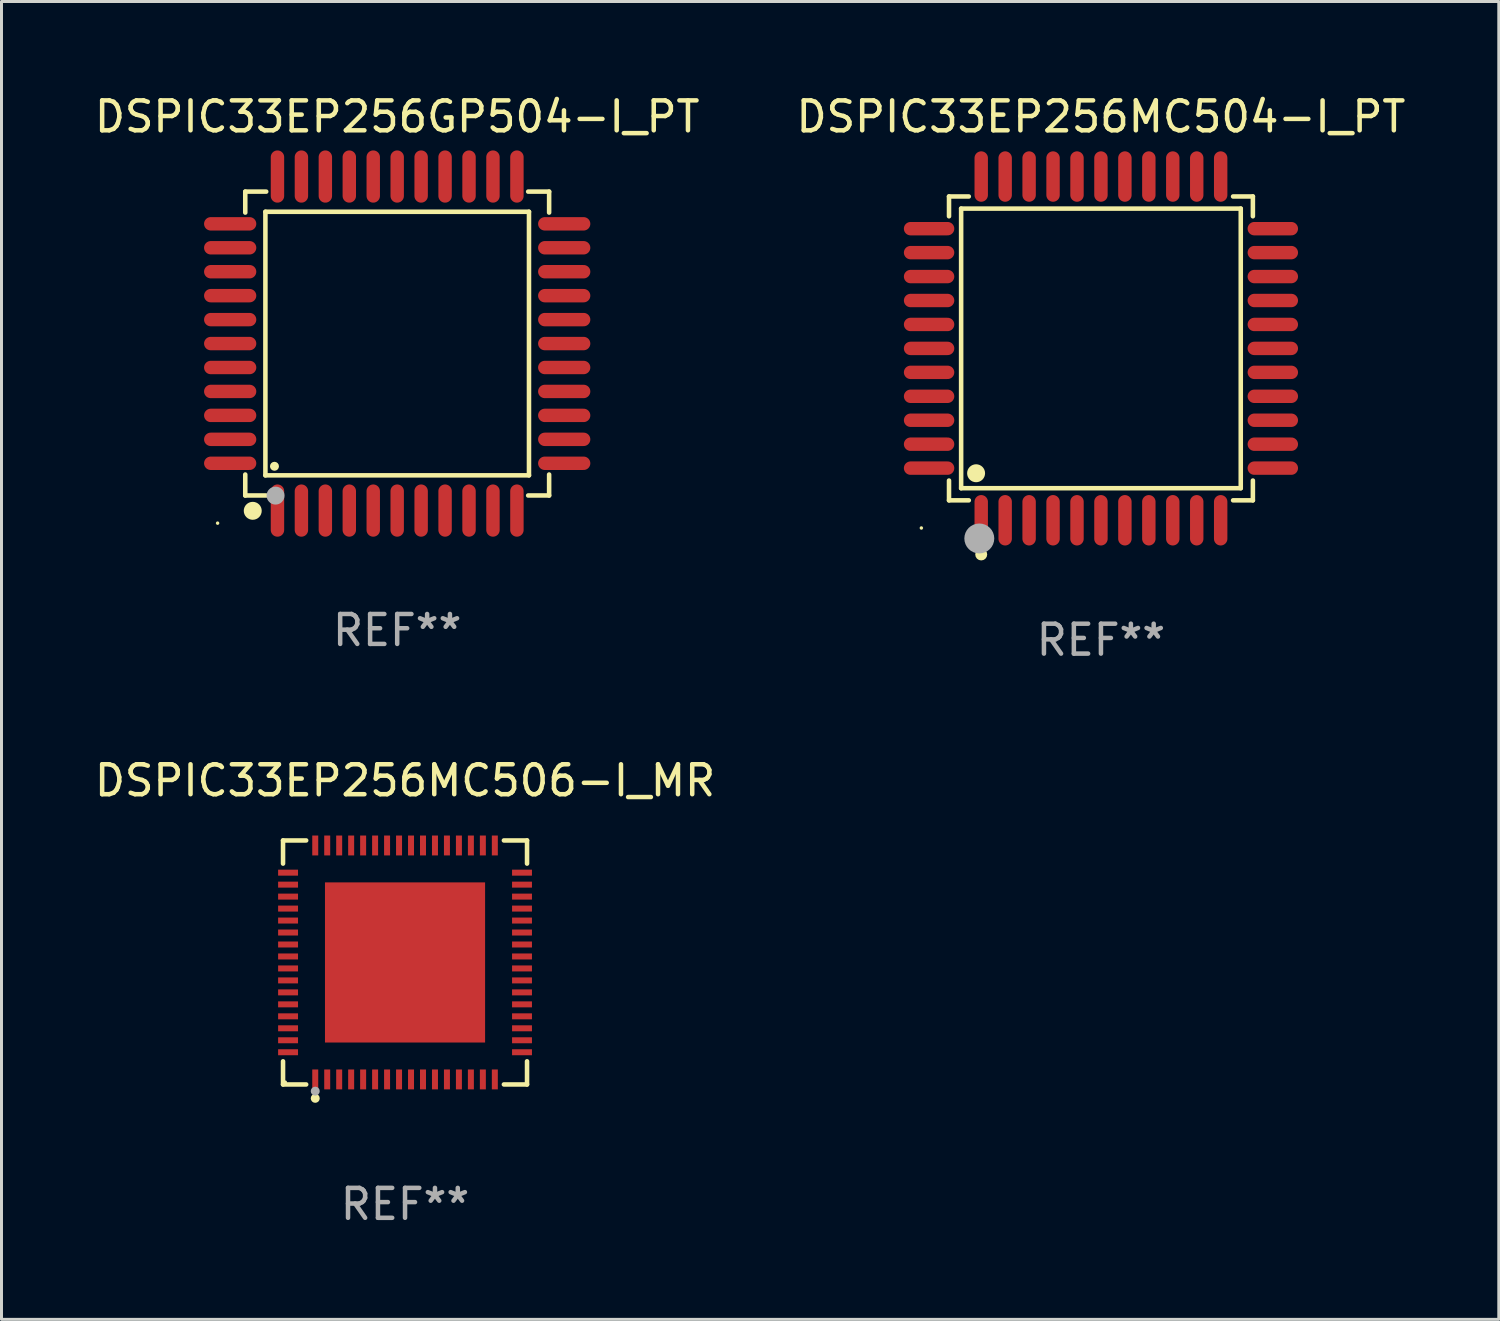
<source format=kicad_pcb>
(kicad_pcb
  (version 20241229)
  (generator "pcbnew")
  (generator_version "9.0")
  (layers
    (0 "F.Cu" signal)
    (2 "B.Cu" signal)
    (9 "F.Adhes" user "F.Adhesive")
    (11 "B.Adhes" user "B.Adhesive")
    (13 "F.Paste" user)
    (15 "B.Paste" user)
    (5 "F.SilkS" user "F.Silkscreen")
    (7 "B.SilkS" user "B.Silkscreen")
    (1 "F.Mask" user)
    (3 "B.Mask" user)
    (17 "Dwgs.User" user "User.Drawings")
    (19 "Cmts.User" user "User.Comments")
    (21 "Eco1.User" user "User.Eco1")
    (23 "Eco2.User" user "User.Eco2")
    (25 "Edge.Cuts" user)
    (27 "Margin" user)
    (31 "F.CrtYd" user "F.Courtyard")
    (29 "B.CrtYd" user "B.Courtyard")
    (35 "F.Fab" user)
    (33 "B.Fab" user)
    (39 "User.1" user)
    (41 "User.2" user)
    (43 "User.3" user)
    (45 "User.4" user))
  (footprint "DSPIC33EP256MC504-I_PT"
    (layer "F.Cu")
    (at 33.732 8.59)
    (property "Reference" "DSPIC33EP256MC504-I_PT" (at 0 -7.742 0) (layer "F.SilkS") (effects (font (size 1 1) (thickness 0.15))))
    (attr through_hole)
    (fp_line (start -5.076 -5.076) (end -4.415 -5.076) (stroke (width 0.152) (type solid)) (layer "F.SilkS"))
    (fp_line (start -5.076 -4.415) (end -5.076 -5.076) (stroke (width 0.152) (type solid)) (layer "F.SilkS"))
    (fp_line (start -5.076 4.415) (end -5.076 5.076) (stroke (width 0.152) (type solid)) (layer "F.SilkS"))
    (fp_line (start -5.076 5.076) (end -4.415 5.076) (stroke (width 0.152) (type solid)) (layer "F.SilkS"))
    (fp_line (start -4.671 -4.671) (end 4.671 -4.671) (stroke (width 0.152) (type solid)) (layer "F.SilkS"))
    (fp_line (start -4.671 4.671) (end -4.671 -4.671) (stroke (width 0.152) (type solid)) (layer "F.SilkS"))
    (fp_line (start 4.671 -4.671) (end 4.671 4.671) (stroke (width 0.152) (type solid)) (layer "F.SilkS"))
    (fp_line (start 4.671 4.671) (end -4.671 4.671) (stroke (width 0.152) (type solid)) (layer "F.SilkS"))
    (fp_line (start 5.076 -5.076) (end 4.415 -5.076) (stroke (width 0.152) (type solid)) (layer "F.SilkS"))
    (fp_line (start 5.076 -4.415) (end 5.076 -5.076) (stroke (width 0.152) (type solid)) (layer "F.SilkS"))
    (fp_line (start 5.076 4.415) (end 5.076 5.076) (stroke (width 0.152) (type solid)) (layer "F.SilkS"))
    (fp_line (start 5.076 5.076) (end 4.415 5.076) (stroke (width 0.152) (type solid)) (layer "F.SilkS"))
    (fp_circle (center -6 6) (end -5.97 6) (stroke (width 0.06) (type solid)) (fill no) (layer "F.SilkS"))
    (fp_circle (center -4.171 4.171) (end -4.021 4.171) (stroke (width 0.3) (type solid)) (fill no) (layer "F.SilkS"))
    (fp_circle (center -4 6.884) (end -3.9 6.884) (stroke (width 0.2) (type solid)) (fill no) (layer "F.SilkS"))
    (fp_circle (center -4.064 6.35) (end -3.814 6.35) (stroke (width 0.5) (type solid)) (fill no) (layer "F.Fab"))
    (fp_text user "REF**" (at 0 9.742 0) (layer "F.Fab") (effects (font (size 1 1) (thickness 0.15))))
    (pad "1" smd oval (at -4 5.742) (size 0.448 1.684) (layers "F.Cu" "F.Mask" "F.Paste"))
    (pad "2" smd oval (at -3.2 5.742) (size 0.448 1.684) (layers "F.Cu" "F.Mask" "F.Paste"))
    (pad "3" smd oval (at -2.4 5.742) (size 0.448 1.684) (layers "F.Cu" "F.Mask" "F.Paste"))
    (pad "4" smd oval (at -1.6 5.742) (size 0.448 1.684) (layers "F.Cu" "F.Mask" "F.Paste"))
    (pad "5" smd oval (at -0.8 5.742) (size 0.448 1.684) (layers "F.Cu" "F.Mask" "F.Paste"))
    (pad "6" smd oval (at 0 5.742) (size 0.448 1.684) (layers "F.Cu" "F.Mask" "F.Paste"))
    (pad "7" smd oval (at 0.8 5.742) (size 0.448 1.684) (layers "F.Cu" "F.Mask" "F.Paste"))
    (pad "8" smd oval (at 1.6 5.742) (size 0.448 1.684) (layers "F.Cu" "F.Mask" "F.Paste"))
    (pad "9" smd oval (at 2.4 5.742) (size 0.448 1.684) (layers "F.Cu" "F.Mask" "F.Paste"))
    (pad "10" smd oval (at 3.2 5.742) (size 0.448 1.684) (layers "F.Cu" "F.Mask" "F.Paste"))
    (pad "11" smd oval (at 4 5.742) (size 0.448 1.684) (layers "F.Cu" "F.Mask" "F.Paste"))
    (pad "12" smd oval (at 5.742 4) (size 1.684 0.448) (layers "F.Cu" "F.Mask" "F.Paste"))
    (pad "13" smd oval (at 5.742 3.2) (size 1.684 0.448) (layers "F.Cu" "F.Mask" "F.Paste"))
    (pad "14" smd oval (at 5.742 2.4) (size 1.684 0.448) (layers "F.Cu" "F.Mask" "F.Paste"))
    (pad "15" smd oval (at 5.742 1.6) (size 1.684 0.448) (layers "F.Cu" "F.Mask" "F.Paste"))
    (pad "16" smd oval (at 5.742 0.8) (size 1.684 0.448) (layers "F.Cu" "F.Mask" "F.Paste"))
    (pad "17" smd oval (at 5.742 0) (size 1.684 0.448) (layers "F.Cu" "F.Mask" "F.Paste"))
    (pad "18" smd oval (at 5.742 -0.8) (size 1.684 0.448) (layers "F.Cu" "F.Mask" "F.Paste"))
    (pad "19" smd oval (at 5.742 -1.6) (size 1.684 0.448) (layers "F.Cu" "F.Mask" "F.Paste"))
    (pad "20" smd oval (at 5.742 -2.4) (size 1.684 0.448) (layers "F.Cu" "F.Mask" "F.Paste"))
    (pad "21" smd oval (at 5.742 -3.2) (size 1.684 0.448) (layers "F.Cu" "F.Mask" "F.Paste"))
    (pad "22" smd oval (at 5.742 -4) (size 1.684 0.448) (layers "F.Cu" "F.Mask" "F.Paste"))
    (pad "23" smd oval (at 4 -5.742) (size 0.448 1.684) (layers "F.Cu" "F.Mask" "F.Paste"))
    (pad "24" smd oval (at 3.2 -5.742) (size 0.448 1.684) (layers "F.Cu" "F.Mask" "F.Paste"))
    (pad "25" smd oval (at 2.4 -5.742) (size 0.448 1.684) (layers "F.Cu" "F.Mask" "F.Paste"))
    (pad "26" smd oval (at 1.6 -5.742) (size 0.448 1.684) (layers "F.Cu" "F.Mask" "F.Paste"))
    (pad "27" smd oval (at 0.8 -5.742) (size 0.448 1.684) (layers "F.Cu" "F.Mask" "F.Paste"))
    (pad "28" smd oval (at 0 -5.742) (size 0.448 1.684) (layers "F.Cu" "F.Mask" "F.Paste"))
    (pad "29" smd oval (at -0.8 -5.742) (size 0.448 1.684) (layers "F.Cu" "F.Mask" "F.Paste"))
    (pad "30" smd oval (at -1.6 -5.742) (size 0.448 1.684) (layers "F.Cu" "F.Mask" "F.Paste"))
    (pad "31" smd oval (at -2.4 -5.742) (size 0.448 1.684) (layers "F.Cu" "F.Mask" "F.Paste"))
    (pad "32" smd oval (at -3.2 -5.742) (size 0.448 1.684) (layers "F.Cu" "F.Mask" "F.Paste"))
    (pad "33" smd oval (at -4 -5.742) (size 0.448 1.684) (layers "F.Cu" "F.Mask" "F.Paste"))
    (pad "34" smd oval (at -5.742 -4) (size 1.684 0.448) (layers "F.Cu" "F.Mask" "F.Paste"))
    (pad "35" smd oval (at -5.742 -3.2) (size 1.684 0.448) (layers "F.Cu" "F.Mask" "F.Paste"))
    (pad "36" smd oval (at -5.742 -2.4) (size 1.684 0.448) (layers "F.Cu" "F.Mask" "F.Paste"))
    (pad "37" smd oval (at -5.742 -1.6) (size 1.684 0.448) (layers "F.Cu" "F.Mask" "F.Paste"))
    (pad "38" smd oval (at -5.742 -0.8) (size 1.684 0.448) (layers "F.Cu" "F.Mask" "F.Paste"))
    (pad "39" smd oval (at -5.742 0) (size 1.684 0.448) (layers "F.Cu" "F.Mask" "F.Paste"))
    (pad "40" smd oval (at -5.742 0.8) (size 1.684 0.448) (layers "F.Cu" "F.Mask" "F.Paste"))
    (pad "41" smd oval (at -5.742 1.6) (size 1.684 0.448) (layers "F.Cu" "F.Mask" "F.Paste"))
    (pad "42" smd oval (at -5.742 2.4) (size 1.684 0.448) (layers "F.Cu" "F.Mask" "F.Paste"))
    (pad "43" smd oval (at -5.742 3.2) (size 1.684 0.448) (layers "F.Cu" "F.Mask" "F.Paste"))
    (pad "44" smd oval (at -5.742 4) (size 1.684 0.448) (layers "F.Cu" "F.Mask" "F.Paste")))
  (footprint "DSPIC33EP256MC506-I_MR"
    (layer "F.Cu")
    (at 10.482 29.105)
    (property "Reference" "DSPIC33EP256MC506-I_MR" (at 0 -6.076 0) (layer "F.SilkS") (effects (font (size 1 1) (thickness 0.15))))
    (attr through_hole)
    (fp_line (start -4.076 -4.076) (end -3.303 -4.076) (stroke (width 0.152) (type solid)) (layer "F.SilkS"))
    (fp_line (start -4.076 -3.303) (end -4.076 -4.076) (stroke (width 0.152) (type solid)) (layer "F.SilkS"))
    (fp_line (start -4.076 3.303) (end -4.076 4.076) (stroke (width 0.152) (type solid)) (layer "F.SilkS"))
    (fp_line (start -4.076 4.076) (end -3.303 4.076) (stroke (width 0.152) (type solid)) (layer "F.SilkS"))
    (fp_line (start 4.076 -4.076) (end 3.303 -4.076) (stroke (width 0.152) (type solid)) (layer "F.SilkS"))
    (fp_line (start 4.076 -3.303) (end 4.076 -4.076) (stroke (width 0.152) (type solid)) (layer "F.SilkS"))
    (fp_line (start 4.076 3.303) (end 4.076 4.076) (stroke (width 0.152) (type solid)) (layer "F.SilkS"))
    (fp_line (start 4.076 4.076) (end 3.303 4.076) (stroke (width 0.152) (type solid)) (layer "F.SilkS"))
    (fp_circle (center -4 4) (end -3.97 4) (stroke (width 0.06) (type solid)) (fill no) (layer "F.SilkS"))
    (fp_circle (center -3 4.54) (end -2.925 4.54) (stroke (width 0.15) (type solid)) (fill no) (layer "F.SilkS"))
    (fp_circle (center -3 4.3) (end -2.925 4.3) (stroke (width 0.15) (type solid)) (fill no) (layer "F.Fab"))
    (fp_text user "REF**" (at 0 8.076 0) (layer "F.Fab") (effects (font (size 1 1) (thickness 0.15))))
    (pad "1" smd rect (at -3 3.908) (size 0.2 0.665) (layers "F.Cu" "F.Mask" "F.Paste"))
    (pad "2" smd rect (at -2.6 3.908) (size 0.2 0.665) (layers "F.Cu" "F.Mask" "F.Paste"))
    (pad "3" smd rect (at -2.2 3.908) (size 0.2 0.665) (layers "F.Cu" "F.Mask" "F.Paste"))
    (pad "4" smd rect (at -1.8 3.908) (size 0.2 0.665) (layers "F.Cu" "F.Mask" "F.Paste"))
    (pad "5" smd rect (at -1.4 3.908) (size 0.2 0.665) (layers "F.Cu" "F.Mask" "F.Paste"))
    (pad "6" smd rect (at -1 3.908) (size 0.2 0.665) (layers "F.Cu" "F.Mask" "F.Paste"))
    (pad "7" smd rect (at -0.6 3.908) (size 0.2 0.665) (layers "F.Cu" "F.Mask" "F.Paste"))
    (pad "8" smd rect (at -0.2 3.908) (size 0.2 0.665) (layers "F.Cu" "F.Mask" "F.Paste"))
    (pad "9" smd rect (at 0.2 3.908) (size 0.2 0.665) (layers "F.Cu" "F.Mask" "F.Paste"))
    (pad "10" smd rect (at 0.6 3.908) (size 0.2 0.665) (layers "F.Cu" "F.Mask" "F.Paste"))
    (pad "11" smd rect (at 1 3.908) (size 0.2 0.665) (layers "F.Cu" "F.Mask" "F.Paste"))
    (pad "12" smd rect (at 1.4 3.908) (size 0.2 0.665) (layers "F.Cu" "F.Mask" "F.Paste"))
    (pad "13" smd rect (at 1.8 3.908) (size 0.2 0.665) (layers "F.Cu" "F.Mask" "F.Paste"))
    (pad "14" smd rect (at 2.2 3.908) (size 0.2 0.665) (layers "F.Cu" "F.Mask" "F.Paste"))
    (pad "15" smd rect (at 2.6 3.908) (size 0.2 0.665) (layers "F.Cu" "F.Mask" "F.Paste"))
    (pad "16" smd rect (at 3 3.908) (size 0.2 0.665) (layers "F.Cu" "F.Mask" "F.Paste"))
    (pad "17" smd rect (at 3.908 3) (size 0.665 0.2) (layers "F.Cu" "F.Mask" "F.Paste"))
    (pad "18" smd rect (at 3.908 2.6) (size 0.665 0.2) (layers "F.Cu" "F.Mask" "F.Paste"))
    (pad "19" smd rect (at 3.908 2.2) (size 0.665 0.2) (layers "F.Cu" "F.Mask" "F.Paste"))
    (pad "20" smd rect (at 3.908 1.8) (size 0.665 0.2) (layers "F.Cu" "F.Mask" "F.Paste"))
    (pad "21" smd rect (at 3.908 1.4) (size 0.665 0.2) (layers "F.Cu" "F.Mask" "F.Paste"))
    (pad "22" smd rect (at 3.908 1) (size 0.665 0.2) (layers "F.Cu" "F.Mask" "F.Paste"))
    (pad "23" smd rect (at 3.908 0.6) (size 0.665 0.2) (layers "F.Cu" "F.Mask" "F.Paste"))
    (pad "24" smd rect (at 3.908 0.2) (size 0.665 0.2) (layers "F.Cu" "F.Mask" "F.Paste"))
    (pad "25" smd rect (at 3.908 -0.2) (size 0.665 0.2) (layers "F.Cu" "F.Mask" "F.Paste"))
    (pad "26" smd rect (at 3.908 -0.6) (size 0.665 0.2) (layers "F.Cu" "F.Mask" "F.Paste"))
    (pad "27" smd rect (at 3.908 -1) (size 0.665 0.2) (layers "F.Cu" "F.Mask" "F.Paste"))
    (pad "28" smd rect (at 3.908 -1.4) (size 0.665 0.2) (layers "F.Cu" "F.Mask" "F.Paste"))
    (pad "29" smd rect (at 3.908 -1.8) (size 0.665 0.2) (layers "F.Cu" "F.Mask" "F.Paste"))
    (pad "30" smd rect (at 3.908 -2.2) (size 0.665 0.2) (layers "F.Cu" "F.Mask" "F.Paste"))
    (pad "31" smd rect (at 3.908 -2.6) (size 0.665 0.2) (layers "F.Cu" "F.Mask" "F.Paste"))
    (pad "32" smd rect (at 3.908 -3) (size 0.665 0.2) (layers "F.Cu" "F.Mask" "F.Paste"))
    (pad "33" smd rect (at 3 -3.908) (size 0.2 0.665) (layers "F.Cu" "F.Mask" "F.Paste"))
    (pad "34" smd rect (at 2.6 -3.908) (size 0.2 0.665) (layers "F.Cu" "F.Mask" "F.Paste"))
    (pad "35" smd rect (at 2.2 -3.908) (size 0.2 0.665) (layers "F.Cu" "F.Mask" "F.Paste"))
    (pad "36" smd rect (at 1.8 -3.908) (size 0.2 0.665) (layers "F.Cu" "F.Mask" "F.Paste"))
    (pad "37" smd rect (at 1.4 -3.908) (size 0.2 0.665) (layers "F.Cu" "F.Mask" "F.Paste"))
    (pad "38" smd rect (at 1 -3.908) (size 0.2 0.665) (layers "F.Cu" "F.Mask" "F.Paste"))
    (pad "39" smd rect (at 0.6 -3.908) (size 0.2 0.665) (layers "F.Cu" "F.Mask" "F.Paste"))
    (pad "40" smd rect (at 0.2 -3.908) (size 0.2 0.665) (layers "F.Cu" "F.Mask" "F.Paste"))
    (pad "41" smd rect (at -0.2 -3.908) (size 0.2 0.665) (layers "F.Cu" "F.Mask" "F.Paste"))
    (pad "42" smd rect (at -0.6 -3.908) (size 0.2 0.665) (layers "F.Cu" "F.Mask" "F.Paste"))
    (pad "43" smd rect (at -1 -3.908) (size 0.2 0.665) (layers "F.Cu" "F.Mask" "F.Paste"))
    (pad "44" smd rect (at -1.4 -3.908) (size 0.2 0.665) (layers "F.Cu" "F.Mask" "F.Paste"))
    (pad "45" smd rect (at -1.8 -3.908) (size 0.2 0.665) (layers "F.Cu" "F.Mask" "F.Paste"))
    (pad "46" smd rect (at -2.2 -3.908) (size 0.2 0.665) (layers "F.Cu" "F.Mask" "F.Paste"))
    (pad "47" smd rect (at -2.6 -3.908) (size 0.2 0.665) (layers "F.Cu" "F.Mask" "F.Paste"))
    (pad "48" smd rect (at -3 -3.908) (size 0.2 0.665) (layers "F.Cu" "F.Mask" "F.Paste"))
    (pad "49" smd rect (at -3.908 -3) (size 0.665 0.2) (layers "F.Cu" "F.Mask" "F.Paste"))
    (pad "50" smd rect (at -3.908 -2.6) (size 0.665 0.2) (layers "F.Cu" "F.Mask" "F.Paste"))
    (pad "51" smd rect (at -3.908 -2.2) (size 0.665 0.2) (layers "F.Cu" "F.Mask" "F.Paste"))
    (pad "52" smd rect (at -3.908 -1.8) (size 0.665 0.2) (layers "F.Cu" "F.Mask" "F.Paste"))
    (pad "53" smd rect (at -3.908 -1.4) (size 0.665 0.2) (layers "F.Cu" "F.Mask" "F.Paste"))
    (pad "54" smd rect (at -3.908 -1) (size 0.665 0.2) (layers "F.Cu" "F.Mask" "F.Paste"))
    (pad "55" smd rect (at -3.908 -0.6) (size 0.665 0.2) (layers "F.Cu" "F.Mask" "F.Paste"))
    (pad "56" smd rect (at -3.908 -0.2) (size 0.665 0.2) (layers "F.Cu" "F.Mask" "F.Paste"))
    (pad "57" smd rect (at -3.908 0.2) (size 0.665 0.2) (layers "F.Cu" "F.Mask" "F.Paste"))
    (pad "58" smd rect (at -3.908 0.6) (size 0.665 0.2) (layers "F.Cu" "F.Mask" "F.Paste"))
    (pad "59" smd rect (at -3.908 1) (size 0.665 0.2) (layers "F.Cu" "F.Mask" "F.Paste"))
    (pad "60" smd rect (at -3.908 1.4) (size 0.665 0.2) (layers "F.Cu" "F.Mask" "F.Paste"))
    (pad "61" smd rect (at -3.908 1.8) (size 0.665 0.2) (layers "F.Cu" "F.Mask" "F.Paste"))
    (pad "62" smd rect (at -3.908 2.2) (size 0.665 0.2) (layers "F.Cu" "F.Mask" "F.Paste"))
    (pad "63" smd rect (at -3.908 2.6) (size 0.665 0.2) (layers "F.Cu" "F.Mask" "F.Paste"))
    (pad "64" smd rect (at -3.908 3) (size 0.665 0.2) (layers "F.Cu" "F.Mask" "F.Paste"))
    (pad "65" smd rect (at 0 0) (size 5.35 5.35) (layers "F.Cu" "F.Mask" "F.Paste")))
  (footprint "DSPIC33EP256GP504-I_PT"
    (layer "F.Cu")
    (at 10.22 8.428)
    (property "Reference" "DSPIC33EP256GP504-I_PT" (at 0 -7.58 0) (layer "F.SilkS") (effects (font (size 1 1) (thickness 0.15))))
    (attr through_hole)
    (fp_line (start -5.076 -5.076) (end -5.076 -4.376) (stroke (width 0.152) (type solid)) (layer "F.SilkS"))
    (fp_line (start -5.076 5.076) (end -5.076 4.376) (stroke (width 0.152) (type solid)) (layer "F.SilkS"))
    (fp_line (start -4.403 -4.403) (end 4.403 -4.403) (stroke (width 0.152) (type solid)) (layer "F.SilkS"))
    (fp_line (start -4.403 4.403) (end -4.403 -4.403) (stroke (width 0.152) (type solid)) (layer "F.SilkS"))
    (fp_line (start -4.376 -5.076) (end -5.076 -5.076) (stroke (width 0.152) (type solid)) (layer "F.SilkS"))
    (fp_line (start -4.376 5.076) (end -5.076 5.076) (stroke (width 0.152) (type solid)) (layer "F.SilkS"))
    (fp_line (start 4.376 -5.076) (end 5.076 -5.076) (stroke (width 0.152) (type solid)) (layer "F.SilkS"))
    (fp_line (start 4.376 5.076) (end 5.076 5.076) (stroke (width 0.152) (type solid)) (layer "F.SilkS"))
    (fp_line (start 4.403 -4.403) (end 4.403 4.403) (stroke (width 0.152) (type solid)) (layer "F.SilkS"))
    (fp_line (start 4.403 4.403) (end -4.403 4.403) (stroke (width 0.152) (type solid)) (layer "F.SilkS"))
    (fp_line (start 5.076 -5.076) (end 5.076 -4.376) (stroke (width 0.152) (type solid)) (layer "F.SilkS"))
    (fp_line (start 5.076 5.076) (end 5.076 4.376) (stroke (width 0.152) (type solid)) (layer "F.SilkS"))
    (fp_circle (center -6 6) (end -5.97 6) (stroke (width 0.06) (type solid)) (fill no) (layer "F.SilkS"))
    (fp_circle (center -4.826 5.588) (end -4.676 5.588) (stroke (width 0.3) (type solid)) (fill no) (layer "F.SilkS"))
    (fp_circle (center -4.1 4.1) (end -4.025 4.1) (stroke (width 0.15) (type solid)) (fill no) (layer "F.SilkS"))
    (fp_circle (center -4.064 5.08) (end -3.914 5.08) (stroke (width 0.3) (type solid)) (fill no) (layer "F.Fab"))
    (fp_text user "REF**" (at 0 9.58 0) (layer "F.Fab") (effects (font (size 1 1) (thickness 0.15))))
    (pad "1" smd oval (at -4 5.58) (size 0.448 1.745) (layers "F.Cu" "F.Mask" "F.Paste"))
    (pad "2" smd oval (at -3.2 5.58) (size 0.448 1.745) (layers "F.Cu" "F.Mask" "F.Paste"))
    (pad "3" smd oval (at -2.4 5.58) (size 0.448 1.745) (layers "F.Cu" "F.Mask" "F.Paste"))
    (pad "4" smd oval (at -1.6 5.58) (size 0.448 1.745) (layers "F.Cu" "F.Mask" "F.Paste"))
    (pad "5" smd oval (at -0.8 5.58) (size 0.448 1.745) (layers "F.Cu" "F.Mask" "F.Paste"))
    (pad "6" smd oval (at 0 5.58) (size 0.448 1.745) (layers "F.Cu" "F.Mask" "F.Paste"))
    (pad "7" smd oval (at 0.8 5.58) (size 0.448 1.745) (layers "F.Cu" "F.Mask" "F.Paste"))
    (pad "8" smd oval (at 1.6 5.58) (size 0.448 1.745) (layers "F.Cu" "F.Mask" "F.Paste"))
    (pad "9" smd oval (at 2.4 5.58) (size 0.448 1.745) (layers "F.Cu" "F.Mask" "F.Paste"))
    (pad "10" smd oval (at 3.2 5.58) (size 0.448 1.745) (layers "F.Cu" "F.Mask" "F.Paste"))
    (pad "11" smd oval (at 4 5.58) (size 0.448 1.745) (layers "F.Cu" "F.Mask" "F.Paste"))
    (pad "12" smd oval (at 5.58 4) (size 1.745 0.448) (layers "F.Cu" "F.Mask" "F.Paste"))
    (pad "13" smd oval (at 5.58 3.2) (size 1.745 0.448) (layers "F.Cu" "F.Mask" "F.Paste"))
    (pad "14" smd oval (at 5.58 2.4) (size 1.745 0.448) (layers "F.Cu" "F.Mask" "F.Paste"))
    (pad "15" smd oval (at 5.58 1.6) (size 1.745 0.448) (layers "F.Cu" "F.Mask" "F.Paste"))
    (pad "16" smd oval (at 5.58 0.8) (size 1.745 0.448) (layers "F.Cu" "F.Mask" "F.Paste"))
    (pad "17" smd oval (at 5.58 0) (size 1.745 0.448) (layers "F.Cu" "F.Mask" "F.Paste"))
    (pad "18" smd oval (at 5.58 -0.8) (size 1.745 0.448) (layers "F.Cu" "F.Mask" "F.Paste"))
    (pad "19" smd oval (at 5.58 -1.6) (size 1.745 0.448) (layers "F.Cu" "F.Mask" "F.Paste"))
    (pad "20" smd oval (at 5.58 -2.4) (size 1.745 0.448) (layers "F.Cu" "F.Mask" "F.Paste"))
    (pad "21" smd oval (at 5.58 -3.2) (size 1.745 0.448) (layers "F.Cu" "F.Mask" "F.Paste"))
    (pad "22" smd oval (at 5.58 -4) (size 1.745 0.448) (layers "F.Cu" "F.Mask" "F.Paste"))
    (pad "23" smd oval (at 4 -5.58) (size 0.448 1.745) (layers "F.Cu" "F.Mask" "F.Paste"))
    (pad "24" smd oval (at 3.2 -5.58) (size 0.448 1.745) (layers "F.Cu" "F.Mask" "F.Paste"))
    (pad "25" smd oval (at 2.4 -5.58) (size 0.448 1.745) (layers "F.Cu" "F.Mask" "F.Paste"))
    (pad "26" smd oval (at 1.6 -5.58) (size 0.448 1.745) (layers "F.Cu" "F.Mask" "F.Paste"))
    (pad "27" smd oval (at 0.8 -5.58) (size 0.448 1.745) (layers "F.Cu" "F.Mask" "F.Paste"))
    (pad "28" smd oval (at 0 -5.58) (size 0.448 1.745) (layers "F.Cu" "F.Mask" "F.Paste"))
    (pad "29" smd oval (at -0.8 -5.58) (size 0.448 1.745) (layers "F.Cu" "F.Mask" "F.Paste"))
    (pad "30" smd oval (at -1.6 -5.58) (size 0.448 1.745) (layers "F.Cu" "F.Mask" "F.Paste"))
    (pad "31" smd oval (at -2.4 -5.58) (size 0.448 1.745) (layers "F.Cu" "F.Mask" "F.Paste"))
    (pad "32" smd oval (at -3.2 -5.58) (size 0.448 1.745) (layers "F.Cu" "F.Mask" "F.Paste"))
    (pad "33" smd oval (at -4 -5.58) (size 0.448 1.745) (layers "F.Cu" "F.Mask" "F.Paste"))
    (pad "34" smd oval (at -5.58 -4) (size 1.745 0.448) (layers "F.Cu" "F.Mask" "F.Paste"))
    (pad "35" smd oval (at -5.58 -3.2) (size 1.745 0.448) (layers "F.Cu" "F.Mask" "F.Paste"))
    (pad "36" smd oval (at -5.58 -2.4) (size 1.745 0.448) (layers "F.Cu" "F.Mask" "F.Paste"))
    (pad "37" smd oval (at -5.58 -1.6) (size 1.745 0.448) (layers "F.Cu" "F.Mask" "F.Paste"))
    (pad "38" smd oval (at -5.58 -0.8) (size 1.745 0.448) (layers "F.Cu" "F.Mask" "F.Paste"))
    (pad "39" smd oval (at -5.58 0) (size 1.745 0.448) (layers "F.Cu" "F.Mask" "F.Paste"))
    (pad "40" smd oval (at -5.58 0.8) (size 1.745 0.448) (layers "F.Cu" "F.Mask" "F.Paste"))
    (pad "41" smd oval (at -5.58 1.6) (size 1.745 0.448) (layers "F.Cu" "F.Mask" "F.Paste"))
    (pad "42" smd oval (at -5.58 2.4) (size 1.745 0.448) (layers "F.Cu" "F.Mask" "F.Paste"))
    (pad "43" smd oval (at -5.58 3.2) (size 1.745 0.448) (layers "F.Cu" "F.Mask" "F.Paste"))
    (pad "44" smd oval (at -5.58 4) (size 1.745 0.448) (layers "F.Cu" "F.Mask" "F.Paste")))
  (gr_rect
    (start -3 -3)
    (end 47.024 41.029)
    (stroke (width 0.1) (type default))
    (fill no)
    (layer "Edge.Cuts")))
</source>
